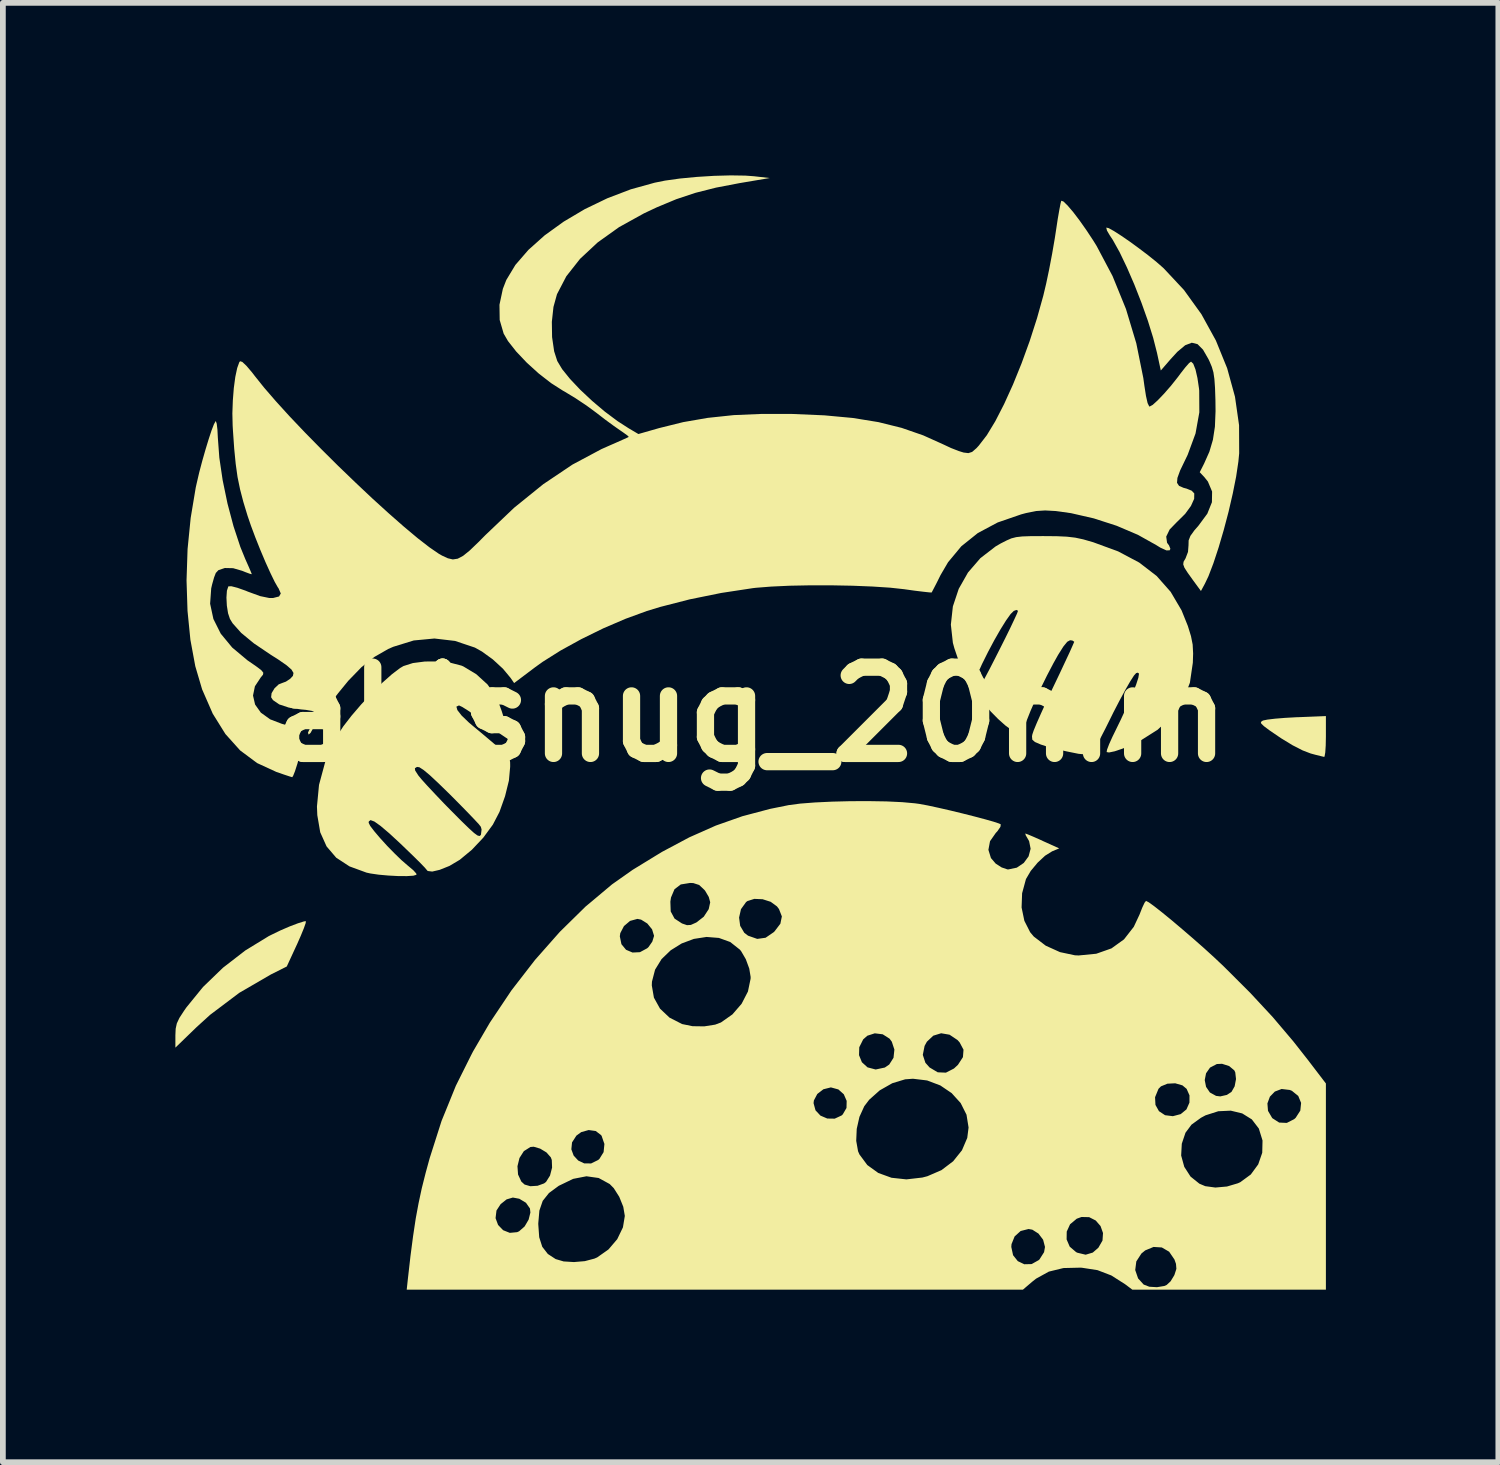
<source format=kicad_pcb>
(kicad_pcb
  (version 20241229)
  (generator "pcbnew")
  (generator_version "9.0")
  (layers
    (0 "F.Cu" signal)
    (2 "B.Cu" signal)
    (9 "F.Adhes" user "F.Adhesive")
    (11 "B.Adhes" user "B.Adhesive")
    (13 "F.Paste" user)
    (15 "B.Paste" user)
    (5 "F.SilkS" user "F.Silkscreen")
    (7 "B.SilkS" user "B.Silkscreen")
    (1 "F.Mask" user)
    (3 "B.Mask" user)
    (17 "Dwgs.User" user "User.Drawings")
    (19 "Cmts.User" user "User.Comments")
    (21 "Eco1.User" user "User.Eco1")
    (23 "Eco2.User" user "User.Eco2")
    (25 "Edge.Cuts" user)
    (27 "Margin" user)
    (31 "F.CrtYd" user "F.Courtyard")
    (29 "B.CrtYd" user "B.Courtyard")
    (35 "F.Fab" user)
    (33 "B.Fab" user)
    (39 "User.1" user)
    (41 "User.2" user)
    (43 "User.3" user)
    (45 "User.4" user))
  (footprint "akisnug_20mm"
    (layer "F.Cu")
    (at 10.004 9.374)
    (property "Reference" "akisnug_20mm" (at 0 0 0) (layer "F.SilkS") (effects (font (size 1.5 1.5) (thickness 0.3))))
    (attr board_only exclude_from_pos_files exclude_from_bom)
    (fp_poly (pts (xy -7.6 0.225) (xy -7.653 0.321) (xy -7.687 0.351) (xy -7.698 0.317) (xy -7.675 0.266) (xy -7.618 0.19) (xy -7.618 0.19) (xy -7.538 0.098)) (stroke (width 0) (type solid)) (fill yes) (layer "F.SilkS"))
    (fp_poly (pts (xy 10.004 0.386) (xy 10.001 0.541) (xy 9.993 0.662) (xy 9.981 0.73) (xy 9.974 0.739) (xy 9.923 0.727) (xy 9.822 0.702) (xy 9.738 0.679) (xy 9.6 0.626) (xy 9.424 0.536) (xy 9.232 0.419) (xy 9.177 0.382) (xy 9.023 0.277) (xy 8.927 0.205) (xy 8.88 0.16) (xy 8.873 0.132) (xy 8.899 0.112) (xy 8.915 0.105) (xy 8.989 0.09) (xy 9.122 0.074) (xy 9.296 0.06) (xy 9.493 0.049) (xy 9.505 0.049) (xy 10.004 0.029)) (stroke (width 0) (type solid)) (fill yes) (layer "F.SilkS"))
    (fp_poly (pts (xy -7.738 3.628) (xy -7.769 3.717) (xy -7.823 3.849) (xy -7.885 3.99) (xy -8.067 4.384) (xy -8.342 4.522) (xy -8.893 4.842) (xy -9.401 5.225) (xy -9.635 5.438) (xy -10.004 5.795) (xy -10.004 5.58) (xy -9.999 5.466) (xy -9.979 5.374) (xy -9.934 5.278) (xy -9.854 5.155) (xy -9.813 5.096) (xy -9.524 4.741) (xy -9.176 4.405) (xy -8.788 4.105) (xy -8.381 3.856) (xy -8.333 3.832) (xy -8.176 3.756) (xy -8.016 3.687) (xy -7.874 3.633) (xy -7.769 3.6) (xy -7.735 3.595)) (stroke (width 0) (type solid)) (fill yes) (layer "F.SilkS"))
    (fp_poly (pts (xy 6.228 -8.456) (xy 6.318 -8.406) (xy 6.444 -8.325) (xy 6.594 -8.222) (xy 6.754 -8.105) (xy 6.914 -7.984) (xy 7.059 -7.867) (xy 7.178 -7.763) (xy 7.183 -7.758) (xy 7.535 -7.382) (xy 7.839 -6.96) (xy 8.091 -6.502) (xy 8.287 -6.02) (xy 8.423 -5.525) (xy 8.494 -5.029) (xy 8.496 -4.541) (xy 8.482 -4.396) (xy 8.443 -4.135) (xy 8.384 -3.839) (xy 8.311 -3.523) (xy 8.227 -3.205) (xy 8.138 -2.902) (xy 8.048 -2.629) (xy 7.962 -2.404) (xy 7.9 -2.274) (xy 7.831 -2.146) (xy 7.696 -2.33) (xy 7.6 -2.464) (xy 7.544 -2.551) (xy 7.523 -2.609) (xy 7.529 -2.655) (xy 7.559 -2.707) (xy 7.563 -2.713) (xy 7.606 -2.826) (xy 7.615 -2.943) (xy 7.617 -3.026) (xy 7.648 -3.105) (xy 7.717 -3.201) (xy 7.787 -3.281) (xy 7.942 -3.491) (xy 8.022 -3.69) (xy 8.025 -3.876) (xy 7.952 -4.049) (xy 7.89 -4.127) (xy 7.81 -4.212) (xy 7.887 -4.364) (xy 7.978 -4.569) (xy 8.039 -4.775) (xy 8.074 -5.003) (xy 8.085 -5.274) (xy 8.083 -5.465) (xy 8.076 -5.678) (xy 8.065 -5.833) (xy 8.048 -5.949) (xy 8.02 -6.045) (xy 7.98 -6.14) (xy 7.962 -6.178) (xy 7.867 -6.343) (xy 7.772 -6.439) (xy 7.672 -6.464) (xy 7.557 -6.42) (xy 7.421 -6.306) (xy 7.302 -6.176) (xy 7.133 -5.981) (xy 7.067 -6.287) (xy 7 -6.55) (xy 6.908 -6.846) (xy 6.796 -7.161) (xy 6.673 -7.475) (xy 6.544 -7.773) (xy 6.417 -8.038) (xy 6.298 -8.252) (xy 6.243 -8.335) (xy 6.197 -8.414) (xy 6.185 -8.463) (xy 6.187 -8.466)) (stroke (width 0) (type solid)) (fill yes) (layer "F.SilkS"))
    (fp_poly (pts (xy -9.285 -5.055) (xy -9.273 -4.954) (xy -9.266 -4.818) (xy -9.266 -4.817) (xy -9.24 -4.466) (xy -9.182 -4.074) (xy -9.098 -3.668) (xy -8.993 -3.272) (xy -8.874 -2.912) (xy -8.788 -2.701) (xy -8.732 -2.575) (xy -8.692 -2.482) (xy -8.675 -2.439) (xy -8.675 -2.438) (xy -8.707 -2.445) (xy -8.788 -2.475) (xy -8.842 -2.497) (xy -9 -2.543) (xy -9.144 -2.546) (xy -9.255 -2.509) (xy -9.301 -2.46) (xy -9.331 -2.382) (xy -9.365 -2.261) (xy -9.381 -2.192) (xy -9.4 -1.925) (xy -9.343 -1.66) (xy -9.215 -1.404) (xy -9.016 -1.163) (xy -8.751 -0.941) (xy -8.72 -0.92) (xy -8.586 -0.827) (xy -8.508 -0.767) (xy -8.475 -0.725) (xy -8.48 -0.691) (xy -8.512 -0.652) (xy -8.516 -0.648) (xy -8.621 -0.489) (xy -8.654 -0.328) (xy -8.618 -0.172) (xy -8.518 -0.031) (xy -8.357 0.085) (xy -8.157 0.162) (xy -8.046 0.196) (xy -7.991 0.232) (xy -7.973 0.291) (xy -7.972 0.348) (xy -7.946 0.48) (xy -7.896 0.564) (xy -7.855 0.613) (xy -7.84 0.663) (xy -7.849 0.736) (xy -7.882 0.857) (xy -7.886 0.869) (xy -7.924 0.988) (xy -7.956 1.068) (xy -7.972 1.092) (xy -8.016 1.079) (xy -8.113 1.047) (xy -8.243 1.002) (xy -8.249 1) (xy -8.583 0.846) (xy -8.878 0.626) (xy -9.134 0.341) (xy -9.354 -0.012) (xy -9.538 -0.433) (xy -9.539 -0.435) (xy -9.658 -0.839) (xy -9.743 -1.299) (xy -9.793 -1.801) (xy -9.81 -2.331) (xy -9.792 -2.875) (xy -9.738 -3.417) (xy -9.65 -3.945) (xy -9.632 -4.025) (xy -9.589 -4.21) (xy -9.537 -4.407) (xy -9.481 -4.603) (xy -9.426 -4.784) (xy -9.376 -4.936) (xy -9.334 -5.045) (xy -9.306 -5.097) (xy -9.3 -5.099)) (stroke (width 0) (type solid)) (fill yes) (layer "F.SilkS"))
    (fp_poly (pts (xy -5.215 -0.897) (xy -5.03 -0.849) (xy -4.997 -0.835) (xy -4.771 -0.699) (xy -4.576 -0.521) (xy -4.435 -0.322) (xy -4.427 -0.306) (xy -4.38 -0.198) (xy -4.33 -0.061) (xy -4.283 0.087) (xy -4.243 0.227) (xy -4.216 0.343) (xy -4.207 0.415) (xy -4.213 0.43) (xy -4.253 0.407) (xy -4.342 0.347) (xy -4.467 0.257) (xy -4.617 0.147) (xy -4.63 0.137) (xy -4.783 0.025) (xy -4.917 -0.068) (xy -5.018 -0.131) (xy -5.071 -0.156) (xy -5.073 -0.156) (xy -5.117 -0.135) (xy -5.1 -0.075) (xy -5.027 0.019) (xy -4.9 0.141) (xy -4.846 0.187) (xy -4.63 0.367) (xy -4.467 0.505) (xy -4.349 0.607) (xy -4.269 0.683) (xy -4.219 0.739) (xy -4.193 0.784) (xy -4.183 0.826) (xy -4.182 0.873) (xy -4.182 0.911) (xy -4.204 1.152) (xy -4.271 1.423) (xy -4.368 1.696) (xy -4.483 1.917) (xy -4.649 2.143) (xy -4.847 2.353) (xy -5.058 2.528) (xy -5.238 2.635) (xy -5.408 2.703) (xy -5.537 2.733) (xy -5.616 2.723) (xy -5.634 2.703) (xy -5.665 2.666) (xy -5.743 2.585) (xy -5.858 2.471) (xy -6 2.334) (xy -6.084 2.253) (xy -6.284 2.068) (xy -6.436 1.939) (xy -6.543 1.863) (xy -6.61 1.838) (xy -6.64 1.861) (xy -6.643 1.885) (xy -6.616 1.939) (xy -6.545 2.032) (xy -6.443 2.152) (xy -6.322 2.285) (xy -6.193 2.417) (xy -6.071 2.535) (xy -5.967 2.625) (xy -5.955 2.635) (xy -5.866 2.71) (xy -5.815 2.767) (xy -5.811 2.789) (xy -5.867 2.805) (xy -5.981 2.812) (xy -6.133 2.811) (xy -6.302 2.802) (xy -6.469 2.787) (xy -6.613 2.766) (xy -6.681 2.751) (xy -6.976 2.643) (xy -7.207 2.492) (xy -7.375 2.295) (xy -7.485 2.05) (xy -7.536 1.752) (xy -7.542 1.602) (xy -7.506 1.225) (xy -7.428 0.936) (xy -5.839 0.936) (xy -5.834 0.976) (xy -5.784 1.054) (xy -5.778 1.063) (xy -5.721 1.132) (xy -5.62 1.244) (xy -5.486 1.387) (xy -5.331 1.55) (xy -5.205 1.678) (xy -5.029 1.855) (xy -4.9 1.98) (xy -4.81 2.062) (xy -4.751 2.105) (xy -4.715 2.115) (xy -4.695 2.1) (xy -4.69 2.091) (xy -4.679 2.001) (xy -4.692 1.954) (xy -4.728 1.908) (xy -4.812 1.818) (xy -4.932 1.693) (xy -5.079 1.543) (xy -5.23 1.391) (xy -5.428 1.198) (xy -5.579 1.057) (xy -5.688 0.966) (xy -5.761 0.919) (xy -5.802 0.913) (xy -5.839 0.936) (xy -7.428 0.936) (xy -7.401 0.835) (xy -7.231 0.446) (xy -7.188 0.367) (xy -7.084 0.208) (xy -6.942 0.024) (xy -6.773 -0.173) (xy -6.591 -0.368) (xy -6.408 -0.548) (xy -6.239 -0.698) (xy -6.096 -0.807) (xy -6.037 -0.841) (xy -5.874 -0.893) (xy -5.664 -0.92) (xy -5.436 -0.921)) (stroke (width 0) (type solid)) (fill yes) (layer "F.SilkS"))
    (fp_poly (pts (xy 5.326 -3.099) (xy 5.5 -3.091) (xy 5.645 -3.074) (xy 5.785 -3.044) (xy 5.944 -2.998) (xy 5.958 -2.994) (xy 6.391 -2.835) (xy 6.757 -2.641) (xy 7.06 -2.408) (xy 7.304 -2.132) (xy 7.494 -1.81) (xy 7.603 -1.539) (xy 7.658 -1.361) (xy 7.687 -1.215) (xy 7.695 -1.06) (xy 7.69 -0.899) (xy 7.639 -0.551) (xy 7.52 -0.242) (xy 7.333 0.03) (xy 7.077 0.267) (xy 6.799 0.443) (xy 6.632 0.526) (xy 6.471 0.594) (xy 6.333 0.641) (xy 6.233 0.662) (xy 6.191 0.655) (xy 6.198 0.613) (xy 6.234 0.518) (xy 6.292 0.389) (xy 6.323 0.326) (xy 6.438 0.09) (xy 6.544 -0.14) (xy 6.635 -0.347) (xy 6.703 -0.516) (xy 6.741 -0.633) (xy 6.742 -0.635) (xy 6.754 -0.71) (xy 6.731 -0.726) (xy 6.704 -0.718) (xy 6.667 -0.677) (xy 6.602 -0.576) (xy 6.516 -0.427) (xy 6.416 -0.242) (xy 6.306 -0.03) (xy 6.289 0.005) (xy 6.169 0.247) (xy 6.076 0.427) (xy 6.003 0.555) (xy 5.938 0.637) (xy 5.873 0.681) (xy 5.797 0.694) (xy 5.702 0.685) (xy 5.578 0.66) (xy 5.49 0.642) (xy 5.322 0.604) (xy 5.157 0.56) (xy 5.047 0.524) (xy 4.944 0.48) (xy 4.898 0.439) (xy 4.893 0.381) (xy 4.899 0.348) (xy 4.922 0.28) (xy 4.974 0.154) (xy 5.05 -0.018) (xy 5.143 -0.222) (xy 5.248 -0.447) (xy 5.274 -0.501) (xy 5.38 -0.723) (xy 5.472 -0.92) (xy 5.548 -1.082) (xy 5.6 -1.199) (xy 5.626 -1.259) (xy 5.627 -1.264) (xy 5.595 -1.285) (xy 5.555 -1.29) (xy 5.506 -1.263) (xy 5.439 -1.181) (xy 5.348 -1.037) (xy 5.265 -0.889) (xy 5.155 -0.679) (xy 5.048 -0.462) (xy 4.95 -0.25) (xy 4.865 -0.055) (xy 4.799 0.111) (xy 4.758 0.235) (xy 4.746 0.305) (xy 4.748 0.313) (xy 4.75 0.347) (xy 4.699 0.346) (xy 4.61 0.311) (xy 4.536 0.27) (xy 4.428 0.191) (xy 4.303 0.079) (xy 4.178 -0.048) (xy 4.068 -0.172) (xy 3.99 -0.278) (xy 3.962 -0.336) (xy 3.961 -0.427) (xy 3.983 -0.476) (xy 4.016 -0.529) (xy 4.074 -0.635) (xy 4.152 -0.782) (xy 4.241 -0.956) (xy 4.336 -1.143) (xy 4.43 -1.33) (xy 4.515 -1.503) (xy 4.584 -1.649) (xy 4.632 -1.753) (xy 4.65 -1.802) (xy 4.65 -1.802) (xy 4.622 -1.817) (xy 4.575 -1.799) (xy 4.521 -1.745) (xy 4.441 -1.633) (xy 4.344 -1.477) (xy 4.237 -1.29) (xy 4.128 -1.085) (xy 4.024 -0.876) (xy 3.986 -0.792) (xy 3.922 -0.664) (xy 3.865 -0.572) (xy 3.826 -0.533) (xy 3.819 -0.534) (xy 3.777 -0.587) (xy 3.72 -0.695) (xy 3.657 -0.839) (xy 3.595 -0.997) (xy 3.543 -1.15) (xy 3.517 -1.245) (xy 3.482 -1.561) (xy 3.517 -1.878) (xy 3.619 -2.184) (xy 3.78 -2.468) (xy 3.996 -2.718) (xy 4.261 -2.922) (xy 4.347 -2.972) (xy 4.449 -3.024) (xy 4.533 -3.061) (xy 4.618 -3.083) (xy 4.724 -3.095) (xy 4.867 -3.1) (xy 5.068 -3.101) (xy 5.099 -3.101)) (stroke (width 0) (type solid)) (fill yes) (layer "F.SilkS"))
    (fp_poly (pts (xy -0.091 -9.37) (xy 0.059 -9.359) (xy 0.332 -9.328) (xy -0.195 -9.239) (xy -0.602 -9.161) (xy -0.958 -9.071) (xy -1.292 -8.96) (xy -1.631 -8.819) (xy -1.856 -8.713) (xy -2.288 -8.474) (xy -2.659 -8.209) (xy -2.966 -7.923) (xy -3.205 -7.62) (xy -3.368 -7.307) (xy -3.429 -7.086) (xy -3.457 -6.828) (xy -3.453 -6.561) (xy -3.417 -6.314) (xy -3.363 -6.146) (xy -3.278 -6.004) (xy -3.14 -5.833) (xy -2.962 -5.645) (xy -2.756 -5.452) (xy -2.536 -5.266) (xy -2.314 -5.1) (xy -2.123 -4.977) (xy -1.952 -4.876) (xy -1.592 -4.979) (xy -1.173 -5.083) (xy -0.746 -5.157) (xy -0.294 -5.205) (xy 0.2 -5.226) (xy 0.723 -5.225) (xy 1.283 -5.201) (xy 1.779 -5.155) (xy 2.223 -5.083) (xy 2.626 -4.983) (xy 3.001 -4.853) (xy 3.341 -4.7) (xy 3.484 -4.633) (xy 3.62 -4.58) (xy 3.704 -4.554) (xy 3.787 -4.544) (xy 3.852 -4.565) (xy 3.927 -4.63) (xy 3.969 -4.676) (xy 4.107 -4.855) (xy 4.255 -5.099) (xy 4.408 -5.397) (xy 4.562 -5.736) (xy 4.712 -6.106) (xy 4.853 -6.494) (xy 4.98 -6.889) (xy 5.089 -7.28) (xy 5.139 -7.49) (xy 5.19 -7.732) (xy 5.243 -8.01) (xy 5.29 -8.283) (xy 5.313 -8.433) (xy 5.341 -8.618) (xy 5.368 -8.773) (xy 5.389 -8.883) (xy 5.402 -8.932) (xy 5.403 -8.933) (xy 5.44 -8.92) (xy 5.511 -8.851) (xy 5.607 -8.739) (xy 5.719 -8.592) (xy 5.838 -8.423) (xy 5.957 -8.243) (xy 6.017 -8.146) (xy 6.294 -7.623) (xy 6.527 -7.051) (xy 6.707 -6.453) (xy 6.829 -5.849) (xy 6.847 -5.719) (xy 6.875 -5.539) (xy 6.903 -5.415) (xy 6.931 -5.357) (xy 6.939 -5.354) (xy 6.992 -5.383) (xy 7.079 -5.462) (xy 7.19 -5.578) (xy 7.312 -5.718) (xy 7.432 -5.869) (xy 7.477 -5.93) (xy 7.559 -6.035) (xy 7.624 -6.109) (xy 7.659 -6.135) (xy 7.697 -6.099) (xy 7.736 -5.999) (xy 7.77 -5.851) (xy 7.797 -5.67) (xy 7.801 -5.63) (xy 7.803 -5.253) (xy 7.737 -4.886) (xy 7.6 -4.514) (xy 7.557 -4.425) (xy 7.469 -4.242) (xy 7.422 -4.113) (xy 7.415 -4.028) (xy 7.45 -3.975) (xy 7.527 -3.941) (xy 7.58 -3.927) (xy 7.669 -3.891) (xy 7.715 -3.843) (xy 7.713 -3.749) (xy 7.657 -3.625) (xy 7.557 -3.488) (xy 7.423 -3.355) (xy 7.419 -3.352) (xy 7.287 -3.216) (xy 7.227 -3.092) (xy 7.242 -2.985) (xy 7.276 -2.939) (xy 7.3 -2.879) (xy 7.286 -2.854) (xy 7.231 -2.852) (xy 7.126 -2.9) (xy 7.053 -2.945) (xy 6.735 -3.123) (xy 6.364 -3.281) (xy 5.968 -3.409) (xy 5.571 -3.5) (xy 5.304 -3.537) (xy 5.122 -3.547) (xy 4.964 -3.537) (xy 4.791 -3.502) (xy 4.705 -3.479) (xy 4.296 -3.338) (xy 3.951 -3.154) (xy 3.664 -2.924) (xy 3.433 -2.646) (xy 3.302 -2.422) (xy 3.235 -2.287) (xy 3.181 -2.183) (xy 3.151 -2.126) (xy 3.148 -2.12) (xy 3.108 -2.122) (xy 3.007 -2.133) (xy 2.858 -2.151) (xy 2.679 -2.176) (xy 2.674 -2.177) (xy 2.426 -2.204) (xy 2.119 -2.224) (xy 1.772 -2.238) (xy 1.403 -2.245) (xy 1.032 -2.245) (xy 0.677 -2.238) (xy 0.356 -2.223) (xy 0.09 -2.202) (xy 0.039 -2.196) (xy -0.512 -2.112) (xy -1.059 -2.001) (xy -1.573 -1.869) (xy -1.806 -1.798) (xy -2.175 -1.663) (xy -2.562 -1.497) (xy -2.945 -1.309) (xy -3.305 -1.111) (xy -3.619 -0.913) (xy -3.747 -0.821) (xy -4.113 -0.545) (xy -4.174 -0.634) (xy -4.307 -0.794) (xy -4.483 -0.956) (xy -4.672 -1.093) (xy -4.795 -1.162) (xy -5.141 -1.278) (xy -5.499 -1.32) (xy -5.859 -1.286) (xy -6.215 -1.176) (xy -6.302 -1.138) (xy -6.541 -1.001) (xy -6.768 -0.821) (xy -6.996 -0.586) (xy -7.172 -0.371) (xy -7.28 -0.231) (xy -7.376 -0.107) (xy -7.446 -0.017) (xy -7.467 0.011) (xy -7.514 0.066) (xy -7.536 0.06) (xy -7.55 0.012) (xy -7.574 -0.033) (xy -7.63 -0.061) (xy -7.735 -0.079) (xy -7.822 -0.087) (xy -8.032 -0.119) (xy -8.198 -0.174) (xy -8.307 -0.249) (xy -8.339 -0.298) (xy -8.331 -0.369) (xy -8.28 -0.454) (xy -8.208 -0.522) (xy -8.145 -0.547) (xy -8.082 -0.57) (xy -8.009 -0.618) (xy -7.96 -0.67) (xy -7.95 -0.721) (xy -7.985 -0.78) (xy -8.071 -0.855) (xy -8.215 -0.955) (xy -8.343 -1.036) (xy -8.638 -1.235) (xy -8.859 -1.417) (xy -9.008 -1.584) (xy -9.055 -1.66) (xy -9.088 -1.759) (xy -9.109 -1.892) (xy -9.116 -2.032) (xy -9.108 -2.151) (xy -9.084 -2.224) (xy -9.081 -2.227) (xy -9.03 -2.229) (xy -8.925 -2.202) (xy -8.781 -2.151) (xy -8.743 -2.135) (xy -8.529 -2.057) (xy -8.369 -2.024) (xy -8.303 -2.025) (xy -8.201 -2.051) (xy -8.171 -2.103) (xy -8.209 -2.191) (xy -8.223 -2.211) (xy -8.277 -2.306) (xy -8.351 -2.458) (xy -8.437 -2.648) (xy -8.527 -2.861) (xy -8.614 -3.079) (xy -8.691 -3.285) (xy -8.748 -3.452) (xy -8.822 -3.695) (xy -8.879 -3.914) (xy -8.923 -4.128) (xy -8.955 -4.357) (xy -8.981 -4.621) (xy -9.003 -4.938) (xy -9.008 -5.021) (xy -9.013 -5.234) (xy -9.005 -5.458) (xy -8.988 -5.675) (xy -8.962 -5.869) (xy -8.929 -6.024) (xy -8.893 -6.124) (xy -8.879 -6.142) (xy -8.84 -6.13) (xy -8.767 -6.061) (xy -8.668 -5.944) (xy -8.626 -5.889) (xy -8.462 -5.684) (xy -8.257 -5.447) (xy -8.018 -5.184) (xy -7.753 -4.905) (xy -7.468 -4.615) (xy -7.173 -4.322) (xy -6.874 -4.034) (xy -6.579 -3.756) (xy -6.295 -3.498) (xy -6.03 -3.265) (xy -5.791 -3.065) (xy -5.586 -2.906) (xy -5.423 -2.794) (xy -5.365 -2.761) (xy -5.265 -2.715) (xy -5.179 -2.695) (xy -5.094 -2.708) (xy -5 -2.758) (xy -4.885 -2.851) (xy -4.737 -2.993) (xy -4.613 -3.118) (xy -4.113 -3.594) (xy -3.606 -4.004) (xy -3.098 -4.345) (xy -2.594 -4.614) (xy -2.504 -4.654) (xy -2.349 -4.722) (xy -2.223 -4.778) (xy -2.141 -4.815) (xy -2.119 -4.826) (xy -2.142 -4.85) (xy -2.214 -4.902) (xy -2.275 -4.944) (xy -2.389 -5.024) (xy -2.535 -5.131) (xy -2.681 -5.244) (xy -2.696 -5.255) (xy -2.858 -5.374) (xy -3.052 -5.503) (xy -3.239 -5.616) (xy -3.263 -5.629) (xy -3.471 -5.762) (xy -3.687 -5.93) (xy -3.894 -6.118) (xy -4.077 -6.311) (xy -4.22 -6.493) (xy -4.295 -6.622) (xy -4.364 -6.859) (xy -4.368 -7.124) (xy -4.309 -7.401) (xy -4.249 -7.555) (xy -4.091 -7.817) (xy -3.865 -8.078) (xy -3.582 -8.331) (xy -3.252 -8.569) (xy -2.886 -8.786) (xy -2.492 -8.976) (xy -2.083 -9.132) (xy -1.668 -9.247) (xy -1.49 -9.283) (xy -1.233 -9.319) (xy -0.941 -9.347) (xy -0.638 -9.366) (xy -0.346 -9.374)) (stroke (width 0) (type solid)) (fill yes) (layer "F.SilkS"))
    (fp_poly (pts (xy 2.363 1.513) (xy 2.636 1.526) (xy 2.858 1.546) (xy 2.931 1.556) (xy 3.078 1.583) (xy 3.263 1.623) (xy 3.469 1.67) (xy 3.683 1.722) (xy 3.889 1.774) (xy 4.074 1.823) (xy 4.222 1.865) (xy 4.319 1.897) (xy 4.35 1.912) (xy 4.344 1.955) (xy 4.294 2.028) (xy 4.262 2.063) (xy 4.163 2.205) (xy 4.135 2.355) (xy 4.179 2.498) (xy 4.262 2.595) (xy 4.365 2.661) (xy 4.465 2.695) (xy 4.481 2.696) (xy 4.629 2.665) (xy 4.75 2.583) (xy 4.834 2.468) (xy 4.869 2.336) (xy 4.843 2.205) (xy 4.826 2.174) (xy 4.785 2.104) (xy 4.776 2.071) (xy 4.777 2.071) (xy 4.819 2.086) (xy 4.914 2.126) (xy 5.043 2.183) (xy 5.081 2.201) (xy 5.366 2.33) (xy 5.243 2.381) (xy 5.121 2.457) (xy 4.99 2.579) (xy 4.871 2.722) (xy 4.79 2.86) (xy 4.787 2.867) (xy 4.721 3.11) (xy 4.712 3.357) (xy 4.76 3.589) (xy 4.861 3.788) (xy 4.924 3.863) (xy 5.132 4.022) (xy 5.38 4.134) (xy 5.639 4.189) (xy 5.704 4.192) (xy 6.011 4.162) (xy 6.275 4.069) (xy 6.493 3.912) (xy 6.663 3.694) (xy 6.762 3.483) (xy 6.81 3.361) (xy 6.851 3.274) (xy 6.876 3.243) (xy 6.924 3.268) (xy 7.021 3.338) (xy 7.156 3.444) (xy 7.32 3.578) (xy 7.502 3.732) (xy 7.694 3.897) (xy 7.886 4.066) (xy 8.067 4.231) (xy 8.228 4.383) (xy 8.241 4.396) (xy 8.686 4.84) (xy 9.079 5.263) (xy 9.436 5.684) (xy 9.686 6.002) (xy 10.004 6.418) (xy 10.004 8.211) (xy 10.004 10.004) (xy 8.321 10.004) (xy 6.638 10.004) (xy 6.513 9.91) (xy 6.273 9.757) (xy 6.033 9.665) (xy 6.022 9.663) (xy 6.688 9.663) (xy 6.738 9.808) (xy 6.835 9.915) (xy 6.933 9.953) (xy 7.066 9.961) (xy 7.193 9.94) (xy 7.235 9.922) (xy 7.303 9.859) (xy 7.364 9.759) (xy 7.37 9.747) (xy 7.404 9.642) (xy 7.397 9.555) (xy 7.37 9.479) (xy 7.278 9.344) (xy 7.151 9.27) (xy 7.007 9.261) (xy 6.862 9.321) (xy 6.796 9.375) (xy 6.707 9.513) (xy 6.688 9.663) (xy 6.022 9.663) (xy 5.763 9.623) (xy 5.739 9.621) (xy 5.44 9.628) (xy 5.186 9.69) (xy 4.965 9.812) (xy 4.894 9.868) (xy 4.735 10.004) (xy -0.623 10.004) (xy -5.981 10.004) (xy -5.961 9.818) (xy -5.915 9.414) (xy -5.87 9.071) (xy -5.825 8.772) (xy -5.823 8.76) (xy -4.436 8.76) (xy -4.392 8.879) (xy -4.304 8.97) (xy -4.188 9.016) (xy -4.061 9.004) (xy -4.027 8.989) (xy -3.932 8.906) (xy -3.909 8.868) (xy -3.693 8.868) (xy -3.677 9.092) (xy -3.624 9.258) (xy -3.527 9.383) (xy -3.391 9.472) (xy -3.252 9.513) (xy -3.073 9.524) (xy -2.884 9.508) (xy -2.717 9.464) (xy -2.669 9.443) (xy -2.474 9.306) (xy -2.435 9.261) (xy 4.533 9.261) (xy 4.564 9.405) (xy 4.646 9.508) (xy 4.759 9.562) (xy 4.887 9.559) (xy 5.01 9.49) (xy 5.023 9.478) (xy 5.103 9.352) (xy 5.119 9.261) (xy 5.087 9.138) (xy 5.082 9.13) (xy 5.495 9.13) (xy 5.549 9.256) (xy 5.66 9.351) (xy 5.683 9.362) (xy 5.826 9.396) (xy 5.95 9.359) (xy 6.047 9.275) (xy 6.119 9.15) (xy 6.128 9.019) (xy 6.085 8.898) (xy 6.001 8.801) (xy 5.887 8.743) (xy 5.754 8.74) (xy 5.671 8.77) (xy 5.555 8.867) (xy 5.497 8.994) (xy 5.495 9.13) (xy 5.082 9.13) (xy 5.006 9.029) (xy 4.899 8.961) (xy 4.833 8.949) (xy 4.695 8.984) (xy 4.591 9.078) (xy 4.537 9.212) (xy 4.533 9.261) (xy -2.435 9.261) (xy -2.32 9.126) (xy -2.221 8.921) (xy -2.188 8.722) (xy -2.215 8.562) (xy -2.285 8.389) (xy -2.381 8.238) (xy -2.451 8.167) (xy -2.643 8.062) (xy -2.855 8.032) (xy -3.086 8.077) (xy -3.333 8.196) (xy -3.337 8.198) (xy -3.507 8.323) (xy -3.616 8.46) (xy -3.674 8.629) (xy -3.693 8.849) (xy -3.693 8.868) (xy -3.909 8.868) (xy -3.861 8.786) (xy -3.83 8.662) (xy -3.838 8.592) (xy -3.907 8.493) (xy -4.023 8.423) (xy -4.135 8.402) (xy -4.244 8.434) (xy -4.348 8.517) (xy -4.419 8.626) (xy -4.42 8.628) (xy -4.436 8.76) (xy -5.823 8.76) (xy -5.775 8.501) (xy -5.719 8.24) (xy -5.652 7.974) (xy -5.62 7.857) (xy -4.055 7.857) (xy -4.045 8.001) (xy -3.988 8.124) (xy -3.931 8.176) (xy -3.831 8.205) (xy -3.705 8.197) (xy -3.592 8.156) (xy -3.558 8.13) (xy -3.489 8.02) (xy -3.453 7.881) (xy -3.458 7.749) (xy -3.475 7.703) (xy -3.551 7.617) (xy -3.641 7.563) (xy -3.118 7.563) (xy -3.078 7.672) (xy -2.999 7.758) (xy -2.894 7.808) (xy -2.774 7.809) (xy -2.652 7.749) (xy -2.63 7.73) (xy -2.557 7.612) (xy -2.543 7.47) (xy -2.562 7.416) (xy 1.836 7.416) (xy 1.868 7.597) (xy 1.892 7.652) (xy 2.029 7.837) (xy 2.219 7.974) (xy 2.45 8.058) (xy 2.709 8.086) (xy 2.986 8.054) (xy 3.074 8.031) (xy 3.319 7.925) (xy 3.522 7.771) (xy 3.602 7.671) (xy 7.487 7.671) (xy 7.541 7.868) (xy 7.65 8.037) (xy 7.804 8.161) (xy 7.906 8.204) (xy 8.082 8.228) (xy 8.284 8.21) (xy 8.473 8.154) (xy 8.515 8.135) (xy 8.698 8.001) (xy 8.827 7.825) (xy 8.897 7.623) (xy 8.902 7.41) (xy 8.838 7.203) (xy 8.837 7.201) (xy 8.716 7.043) (xy 8.549 6.939) (xy 8.35 6.891) (xy 8.133 6.901) (xy 7.911 6.972) (xy 7.831 7.015) (xy 7.667 7.134) (xy 7.562 7.275) (xy 7.499 7.463) (xy 7.498 7.466) (xy 7.487 7.671) (xy 3.602 7.671) (xy 3.675 7.58) (xy 3.767 7.365) (xy 3.79 7.184) (xy 3.754 6.961) (xy 3.652 6.758) (xy 3.56 6.657) (xy 7.033 6.657) (xy 7.04 6.791) (xy 7.101 6.9) (xy 7.207 6.97) (xy 7.343 6.987) (xy 7.479 6.951) (xy 7.579 6.869) (xy 7.625 6.765) (xy 8.987 6.765) (xy 8.997 6.894) (xy 9.07 7.019) (xy 9.073 7.022) (xy 9.191 7.098) (xy 9.324 7.104) (xy 9.452 7.039) (xy 9.478 7.016) (xy 9.559 6.89) (xy 9.573 6.756) (xy 9.523 6.635) (xy 9.413 6.546) (xy 9.376 6.531) (xy 9.234 6.514) (xy 9.116 6.559) (xy 9.03 6.648) (xy 8.987 6.765) (xy 7.625 6.765) (xy 7.631 6.752) (xy 7.632 6.625) (xy 7.582 6.512) (xy 7.509 6.451) (xy 7.383 6.415) (xy 7.248 6.422) (xy 7.136 6.468) (xy 7.093 6.511) (xy 7.033 6.657) (xy 3.56 6.657) (xy 3.496 6.586) (xy 3.298 6.452) (xy 3.07 6.366) (xy 3.016 6.359) (xy 7.897 6.359) (xy 7.92 6.477) (xy 7.987 6.575) (xy 8.094 6.634) (xy 8.167 6.643) (xy 8.282 6.617) (xy 8.362 6.565) (xy 8.417 6.468) (xy 8.441 6.342) (xy 8.428 6.226) (xy 8.411 6.19) (xy 8.321 6.115) (xy 8.198 6.076) (xy 8.108 6.08) (xy 7.989 6.142) (xy 7.92 6.241) (xy 7.897 6.359) (xy 3.016 6.359) (xy 2.823 6.336) (xy 2.687 6.346) (xy 2.463 6.414) (xy 2.245 6.538) (xy 2.062 6.701) (xy 1.976 6.814) (xy 1.892 6.999) (xy 1.845 7.208) (xy 1.836 7.416) (xy -2.562 7.416) (xy -2.591 7.331) (xy -2.601 7.316) (xy -2.694 7.245) (xy -2.817 7.228) (xy -2.946 7.264) (xy -3.03 7.325) (xy -3.106 7.443) (xy -3.118 7.563) (xy -3.641 7.563) (xy -3.661 7.551) (xy -3.773 7.518) (xy -3.83 7.523) (xy -3.944 7.595) (xy -4.02 7.714) (xy -4.055 7.857) (xy -5.62 7.857) (xy -5.582 7.718) (xy -5.375 7.069) (xy -5.249 6.76) (xy 1.094 6.76) (xy 1.128 6.885) (xy 1.214 6.977) (xy 1.333 7.028) (xy 1.462 7.03) (xy 1.581 6.975) (xy 1.602 6.956) (xy 1.667 6.844) (xy 1.67 6.721) (xy 1.62 6.606) (xy 1.526 6.522) (xy 1.398 6.487) (xy 1.393 6.487) (xy 1.265 6.519) (xy 1.159 6.601) (xy 1.1 6.713) (xy 1.094 6.76) (xy -5.249 6.76) (xy -5.127 6.459) (xy -4.861 5.926) (xy 1.885 5.926) (xy 1.935 6.049) (xy 2.033 6.138) (xy 2.17 6.174) (xy 2.179 6.174) (xy 2.334 6.141) (xy 2.41 6.089) (xy 2.485 5.971) (xy 2.49 5.921) (xy 2.994 5.921) (xy 3.039 6.058) (xy 3.112 6.14) (xy 3.254 6.224) (xy 3.396 6.23) (xy 3.536 6.158) (xy 3.605 6.094) (xy 3.692 5.96) (xy 3.702 5.831) (xy 3.634 5.703) (xy 3.598 5.663) (xy 3.459 5.57) (xy 3.313 5.545) (xy 3.176 5.587) (xy 3.065 5.692) (xy 3.025 5.765) (xy 2.994 5.921) (xy 2.49 5.921) (xy 2.5 5.829) (xy 2.455 5.692) (xy 2.416 5.639) (xy 2.297 5.563) (xy 2.159 5.546) (xy 2.029 5.588) (xy 1.957 5.652) (xy 1.889 5.788) (xy 1.885 5.926) (xy -4.861 5.926) (xy -4.828 5.862) (xy -4.535 5.36) (xy -4.16 4.8) (xy -4.092 4.712) (xy -1.719 4.712) (xy -1.682 4.926) (xy -1.576 5.117) (xy -1.411 5.273) (xy -1.194 5.384) (xy -1.192 5.385) (xy -1.01 5.422) (xy -0.807 5.425) (xy -0.617 5.395) (xy -0.516 5.357) (xy -0.317 5.217) (xy -0.157 5.032) (xy -0.047 4.819) (xy -0.001 4.598) (xy 0 4.566) (xy -0.024 4.42) (xy -0.084 4.257) (xy -0.165 4.118) (xy -0.187 4.091) (xy -0.355 3.958) (xy -0.552 3.887) (xy -0.767 3.87) (xy -0.987 3.904) (xy -1.199 3.983) (xy -1.39 4.102) (xy -1.549 4.255) (xy -1.662 4.439) (xy -1.716 4.647) (xy -1.719 4.712) (xy -4.092 4.712) (xy -3.75 4.27) (xy -3.387 3.859) (xy -2.275 3.859) (xy -2.247 3.996) (xy -2.167 4.093) (xy -2.054 4.141) (xy -1.925 4.135) (xy -1.799 4.067) (xy -1.776 4.046) (xy -1.71 3.951) (xy -1.68 3.853) (xy -1.68 3.849) (xy -1.714 3.738) (xy -1.797 3.636) (xy -1.905 3.569) (xy -1.969 3.556) (xy -2.097 3.591) (xy -2.203 3.681) (xy -2.267 3.804) (xy -2.275 3.859) (xy -3.387 3.859) (xy -3.316 3.779) (xy -2.867 3.338) (xy -2.768 3.256) (xy -1.396 3.256) (xy -1.39 3.427) (xy -1.323 3.551) (xy -1.193 3.636) (xy -1.192 3.636) (xy -1.107 3.665) (xy -1.04 3.661) (xy -0.95 3.621) (xy -0.942 3.617) (xy -0.834 3.533) (xy -0.201 3.533) (xy -0.182 3.677) (xy -0.111 3.797) (xy -0.045 3.848) (xy 0.115 3.904) (xy 0.26 3.884) (xy 0.4 3.788) (xy 0.414 3.775) (xy 0.517 3.64) (xy 0.543 3.513) (xy 0.493 3.385) (xy 0.458 3.339) (xy 0.349 3.259) (xy 0.208 3.214) (xy 0.064 3.208) (xy -0.056 3.246) (xy -0.08 3.264) (xy -0.168 3.387) (xy -0.201 3.533) (xy -0.834 3.533) (xy -0.815 3.518) (xy -0.729 3.386) (xy -0.703 3.267) (xy -0.728 3.175) (xy -0.789 3.071) (xy -0.805 3.051) (xy -0.896 2.966) (xy -0.998 2.933) (xy -1.054 2.931) (xy -1.215 2.957) (xy -1.324 3.04) (xy -1.385 3.184) (xy -1.396 3.256) (xy -2.768 3.256) (xy -2.411 2.956) (xy -2.052 2.703) (xy -1.544 2.392) (xy -1.067 2.138) (xy -0.605 1.933) (xy -0.142 1.77) (xy 0.338 1.643) (xy 0.664 1.577) (xy 0.862 1.551) (xy 1.119 1.531) (xy 1.416 1.517) (xy 1.734 1.509) (xy 2.056 1.508)) (stroke (width 0) (type solid)) (fill yes) (layer "F.SilkS")))
  (gr_rect
    (start -3 -3)
    (end 23.007 22.378)
    (stroke (width 0.1) (type default))
    (fill no)
    (layer "Edge.Cuts")))
</source>
